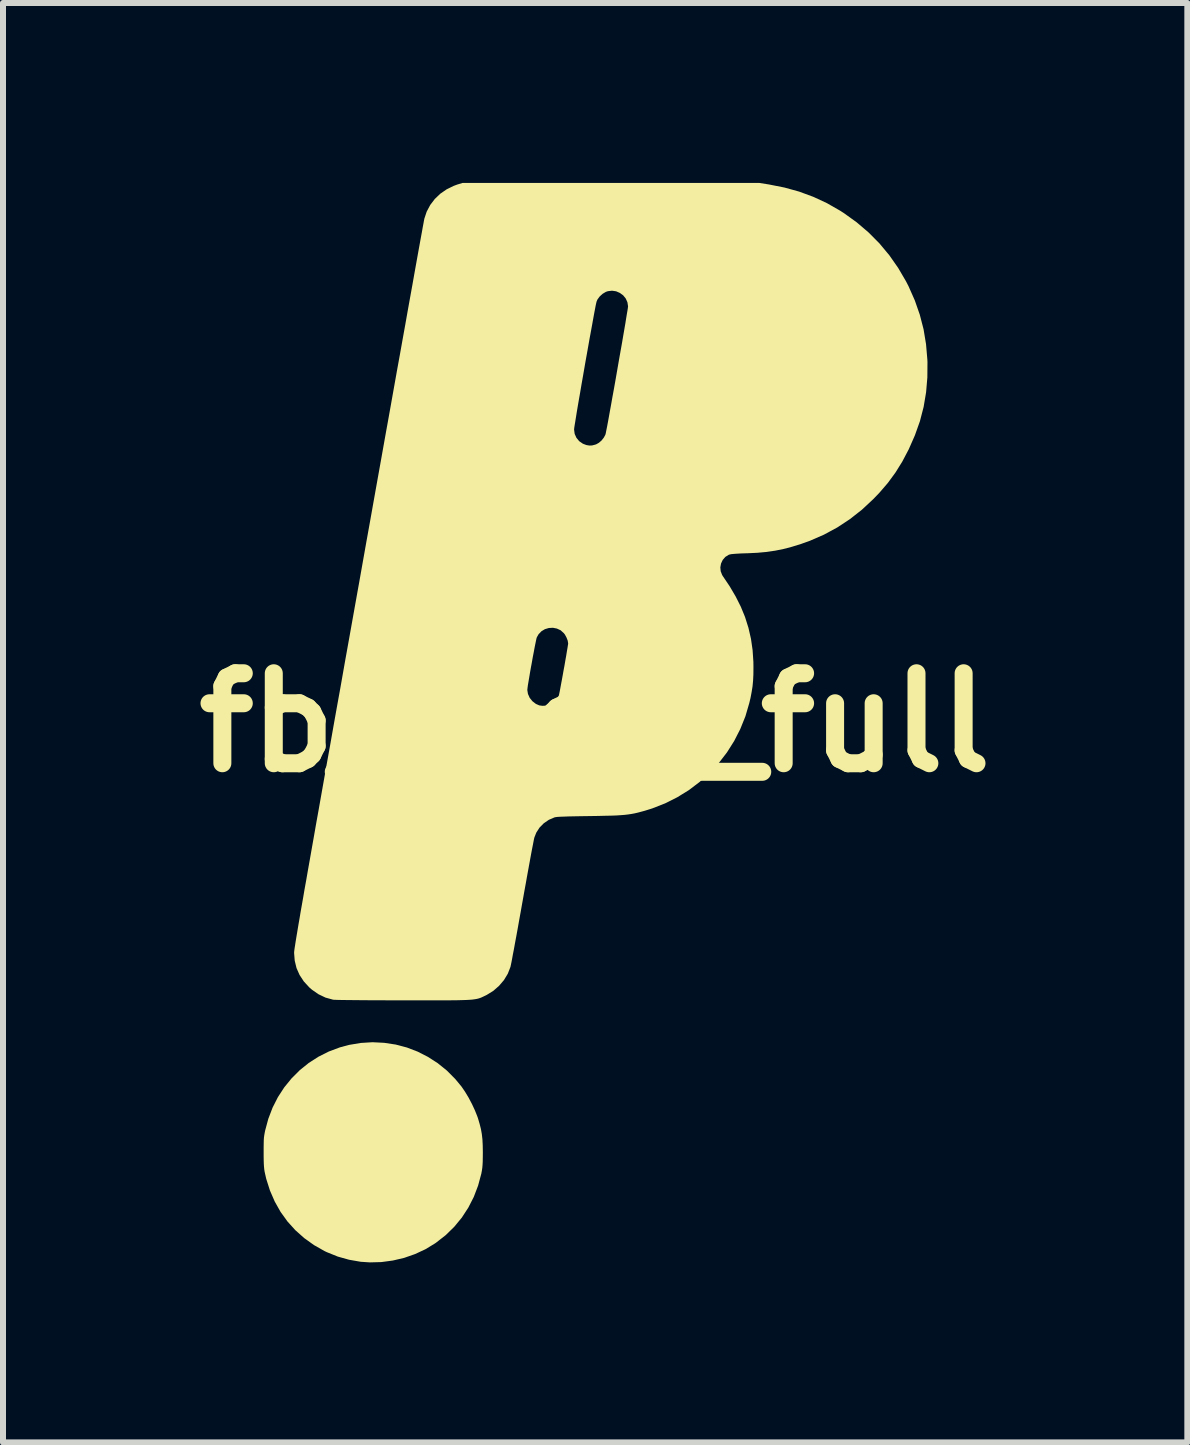
<source format=kicad_pcb>
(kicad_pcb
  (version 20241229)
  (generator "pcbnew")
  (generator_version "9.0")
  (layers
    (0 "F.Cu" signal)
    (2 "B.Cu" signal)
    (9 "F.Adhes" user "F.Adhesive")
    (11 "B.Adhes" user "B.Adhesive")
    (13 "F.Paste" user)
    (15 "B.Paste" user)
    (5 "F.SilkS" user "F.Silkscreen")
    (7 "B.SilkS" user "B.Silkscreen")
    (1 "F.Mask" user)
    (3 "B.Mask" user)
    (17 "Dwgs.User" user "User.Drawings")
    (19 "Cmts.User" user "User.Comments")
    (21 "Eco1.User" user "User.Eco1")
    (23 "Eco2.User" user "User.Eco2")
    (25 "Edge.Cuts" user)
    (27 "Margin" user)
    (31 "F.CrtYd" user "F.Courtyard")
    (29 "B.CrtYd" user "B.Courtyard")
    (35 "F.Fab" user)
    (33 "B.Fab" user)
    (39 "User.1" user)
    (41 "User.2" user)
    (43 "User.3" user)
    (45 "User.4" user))
  (footprint "fb_logo_full"
    (layer "F.Cu")
    (at 6.871 8.995)
    (property "Reference" "fb_logo_full" (at 0 0 0) (layer "F.SilkS") (effects (font (size 1.5 1.5) (thickness 0.3))))
    (attr board_only exclude_from_pos_files exclude_from_bom)
    (fp_poly (pts (xy -3.516 5.339) (xy -3.324 5.368) (xy -3.138 5.417) (xy -2.958 5.486) (xy -2.786 5.574) (xy -2.623 5.679) (xy -2.471 5.802) (xy -2.331 5.943) (xy -2.227 6.069) (xy -2.169 6.154) (xy -2.11 6.252) (xy -2.054 6.358) (xy -2.005 6.463) (xy -1.965 6.563) (xy -1.954 6.594) (xy -1.926 6.689) (xy -1.904 6.775) (xy -1.889 6.86) (xy -1.879 6.948) (xy -1.874 7.046) (xy -1.872 7.159) (xy -1.872 7.173) (xy -1.873 7.257) (xy -1.874 7.323) (xy -1.877 7.376) (xy -1.881 7.422) (xy -1.887 7.464) (xy -1.895 7.507) (xy -1.897 7.519) (xy -1.951 7.719) (xy -2.023 7.908) (xy -2.114 8.086) (xy -2.222 8.252) (xy -2.348 8.405) (xy -2.491 8.545) (xy -2.65 8.669) (xy -2.665 8.68) (xy -2.827 8.779) (xy -3.001 8.86) (xy -3.184 8.924) (xy -3.372 8.968) (xy -3.564 8.994) (xy -3.756 8.999) (xy -3.908 8.989) (xy -4.102 8.955) (xy -4.291 8.902) (xy -4.474 8.828) (xy -4.512 8.81) (xy -4.688 8.71) (xy -4.85 8.594) (xy -4.998 8.462) (xy -5.129 8.317) (xy -5.244 8.157) (xy -5.341 7.985) (xy -5.421 7.801) (xy -5.483 7.606) (xy -5.501 7.527) (xy -5.51 7.486) (xy -5.516 7.448) (xy -5.52 7.407) (xy -5.523 7.36) (xy -5.525 7.302) (xy -5.526 7.23) (xy -5.526 7.168) (xy -5.526 7.084) (xy -5.525 7.017) (xy -5.524 6.964) (xy -5.521 6.92) (xy -5.516 6.881) (xy -5.509 6.842) (xy -5.501 6.801) (xy -5.448 6.605) (xy -5.377 6.419) (xy -5.288 6.244) (xy -5.182 6.081) (xy -5.06 5.931) (xy -4.925 5.796) (xy -4.775 5.675) (xy -4.613 5.571) (xy -4.44 5.484) (xy -4.256 5.415) (xy -4.104 5.374) (xy -3.907 5.341) (xy -3.71 5.329)) (stroke (width 0) (type solid)) (fill yes) (layer "F.SilkS"))
    (fp_poly (pts (xy 2.897 -8.97) (xy 3.155 -8.919) (xy 3.401 -8.851) (xy 3.637 -8.764) (xy 3.863 -8.659) (xy 4.082 -8.534) (xy 4.149 -8.491) (xy 4.36 -8.339) (xy 4.557 -8.171) (xy 4.739 -7.988) (xy 4.904 -7.79) (xy 5.052 -7.578) (xy 5.183 -7.354) (xy 5.225 -7.272) (xy 5.329 -7.037) (xy 5.412 -6.799) (xy 5.475 -6.556) (xy 5.516 -6.308) (xy 5.538 -6.051) (xy 5.54 -6.01) (xy 5.538 -5.753) (xy 5.517 -5.505) (xy 5.476 -5.262) (xy 5.414 -5.023) (xy 5.33 -4.787) (xy 5.226 -4.551) (xy 5.225 -4.55) (xy 5.12 -4.35) (xy 5.006 -4.167) (xy 4.88 -3.995) (xy 4.738 -3.83) (xy 4.638 -3.726) (xy 4.447 -3.548) (xy 4.247 -3.391) (xy 4.036 -3.252) (xy 3.814 -3.132) (xy 3.58 -3.03) (xy 3.428 -2.976) (xy 3.28 -2.93) (xy 3.139 -2.893) (xy 3 -2.865) (xy 2.857 -2.844) (xy 2.704 -2.83) (xy 2.537 -2.822) (xy 2.525 -2.822) (xy 2.434 -2.819) (xy 2.362 -2.815) (xy 2.308 -2.811) (xy 2.268 -2.807) (xy 2.241 -2.801) (xy 2.228 -2.797) (xy 2.17 -2.761) (xy 2.127 -2.711) (xy 2.099 -2.652) (xy 2.087 -2.588) (xy 2.093 -2.522) (xy 2.117 -2.46) (xy 2.13 -2.439) (xy 2.243 -2.271) (xy 2.343 -2.101) (xy 2.428 -1.932) (xy 2.495 -1.769) (xy 2.498 -1.762) (xy 2.556 -1.578) (xy 2.598 -1.395) (xy 2.625 -1.207) (xy 2.638 -1.01) (xy 2.639 -0.922) (xy 2.638 -0.803) (xy 2.633 -0.7) (xy 2.624 -0.604) (xy 2.609 -0.51) (xy 2.59 -0.41) (xy 2.569 -0.323) (xy 2.505 -0.104) (xy 2.42 0.107) (xy 2.318 0.307) (xy 2.198 0.497) (xy 2.061 0.675) (xy 1.909 0.84) (xy 1.742 0.99) (xy 1.563 1.126) (xy 1.37 1.245) (xy 1.167 1.347) (xy 0.953 1.431) (xy 0.829 1.47) (xy 0.766 1.487) (xy 0.71 1.502) (xy 0.657 1.514) (xy 0.604 1.524) (xy 0.55 1.532) (xy 0.491 1.539) (xy 0.426 1.544) (xy 0.351 1.549) (xy 0.264 1.552) (xy 0.163 1.554) (xy 0.045 1.557) (xy -0.092 1.559) (xy -0.093 1.559) (xy -0.23 1.561) (xy -0.346 1.563) (xy -0.443 1.565) (xy -0.521 1.568) (xy -0.582 1.57) (xy -0.628 1.573) (xy -0.659 1.577) (xy -0.675 1.58) (xy -0.771 1.621) (xy -0.856 1.679) (xy -0.927 1.751) (xy -0.981 1.835) (xy -1.013 1.916) (xy -1.018 1.936) (xy -1.026 1.977) (xy -1.037 2.035) (xy -1.052 2.11) (xy -1.069 2.201) (xy -1.088 2.305) (xy -1.109 2.42) (xy -1.132 2.546) (xy -1.156 2.681) (xy -1.182 2.823) (xy -1.208 2.97) (xy -1.213 2.997) (xy -1.239 3.144) (xy -1.265 3.287) (xy -1.289 3.423) (xy -1.312 3.55) (xy -1.334 3.667) (xy -1.353 3.773) (xy -1.371 3.865) (xy -1.385 3.943) (xy -1.397 4.004) (xy -1.406 4.047) (xy -1.411 4.07) (xy -1.411 4.072) (xy -1.456 4.187) (xy -1.52 4.293) (xy -1.602 4.389) (xy -1.698 4.473) (xy -1.808 4.541) (xy -1.839 4.556) (xy -1.864 4.568) (xy -1.887 4.579) (xy -1.909 4.588) (xy -1.932 4.596) (xy -1.956 4.603) (xy -1.984 4.609) (xy -2.017 4.614) (xy -2.055 4.619) (xy -2.101 4.622) (xy -2.156 4.625) (xy -2.221 4.627) (xy -2.297 4.629) (xy -2.386 4.63) (xy -2.489 4.631) (xy -2.608 4.631) (xy -2.744 4.631) (xy -2.898 4.631) (xy -3.071 4.631) (xy -3.207 4.631) (xy -3.363 4.631) (xy -3.513 4.63) (xy -3.656 4.63) (xy -3.79 4.629) (xy -3.914 4.628) (xy -4.026 4.627) (xy -4.126 4.626) (xy -4.21 4.625) (xy -4.278 4.624) (xy -4.328 4.622) (xy -4.359 4.621) (xy -4.368 4.62) (xy -4.495 4.585) (xy -4.612 4.529) (xy -4.72 4.454) (xy -4.764 4.416) (xy -4.856 4.316) (xy -4.927 4.208) (xy -4.978 4.093) (xy -5.008 3.969) (xy -5.018 3.843) (xy -5.018 3.833) (xy -5.017 3.819) (xy -5.015 3.801) (xy -5.012 3.778) (xy -5.008 3.749) (xy -5.002 3.714) (xy -4.996 3.672) (xy -4.988 3.624) (xy -4.979 3.567) (xy -4.968 3.503) (xy -4.956 3.429) (xy -4.942 3.347) (xy -4.926 3.255) (xy -4.909 3.153) (xy -4.889 3.04) (xy -4.867 2.915) (xy -4.844 2.779) (xy -4.817 2.631) (xy -4.789 2.469) (xy -4.758 2.295) (xy -4.725 2.107) (xy -4.689 1.904) (xy -4.651 1.686) (xy -4.609 1.453) (xy -4.565 1.204) (xy -4.518 0.939) (xy -4.468 0.657) (xy -4.414 0.357) (xy -4.358 0.039) (xy -4.298 -0.297) (xy -4.253 -0.545) (xy -1.131 -0.545) (xy -1.12 -0.477) (xy -1.091 -0.412) (xy -1.046 -0.356) (xy -0.988 -0.311) (xy -0.931 -0.286) (xy -0.88 -0.279) (xy -0.82 -0.282) (xy -0.763 -0.296) (xy -0.738 -0.306) (xy -0.697 -0.334) (xy -0.656 -0.373) (xy -0.623 -0.416) (xy -0.604 -0.454) (xy -0.6 -0.474) (xy -0.592 -0.511) (xy -0.582 -0.564) (xy -0.57 -0.63) (xy -0.556 -0.704) (xy -0.541 -0.786) (xy -0.526 -0.871) (xy -0.51 -0.956) (xy -0.496 -1.039) (xy -0.482 -1.117) (xy -0.471 -1.186) (xy -0.461 -1.244) (xy -0.454 -1.288) (xy -0.45 -1.314) (xy -0.45 -1.32) (xy -0.457 -1.365) (xy -0.477 -1.417) (xy -0.504 -1.467) (xy -0.522 -1.49) (xy -0.575 -1.538) (xy -0.638 -1.567) (xy -0.704 -1.58) (xy -0.772 -1.576) (xy -0.837 -1.557) (xy -0.895 -1.522) (xy -0.943 -1.472) (xy -0.972 -1.421) (xy -0.978 -1.402) (xy -0.986 -1.364) (xy -0.997 -1.311) (xy -1.01 -1.246) (xy -1.024 -1.17) (xy -1.04 -1.088) (xy -1.055 -1.002) (xy -1.071 -0.916) (xy -1.086 -0.831) (xy -1.099 -0.753) (xy -1.111 -0.682) (xy -1.121 -0.623) (xy -1.127 -0.578) (xy -1.13 -0.55) (xy -1.131 -0.545) (xy -4.253 -0.545) (xy -4.234 -0.652) (xy -4.168 -1.027) (xy -4.097 -1.422) (xy -4.023 -1.837) (xy -3.945 -2.273) (xy -3.941 -2.294) (xy -3.877 -2.655) (xy -3.814 -3.01) (xy -3.751 -3.36) (xy -3.69 -3.703) (xy -3.63 -4.039) (xy -3.571 -4.368) (xy -3.514 -4.688) (xy -3.479 -4.884) (xy -0.351 -4.884) (xy -0.341 -4.811) (xy -0.311 -4.745) (xy -0.265 -4.69) (xy -0.204 -4.648) (xy -0.146 -4.626) (xy -0.098 -4.618) (xy -0.053 -4.619) (xy -0.002 -4.632) (xy 0.019 -4.639) (xy 0.063 -4.664) (xy 0.107 -4.702) (xy 0.144 -4.749) (xy 0.17 -4.797) (xy 0.174 -4.81) (xy 0.179 -4.832) (xy 0.187 -4.874) (xy 0.199 -4.933) (xy 0.213 -5.007) (xy 0.229 -5.096) (xy 0.247 -5.196) (xy 0.267 -5.306) (xy 0.288 -5.425) (xy 0.311 -5.55) (xy 0.334 -5.679) (xy 0.357 -5.811) (xy 0.38 -5.944) (xy 0.403 -6.076) (xy 0.426 -6.205) (xy 0.448 -6.329) (xy 0.468 -6.447) (xy 0.487 -6.557) (xy 0.504 -6.656) (xy 0.518 -6.744) (xy 0.53 -6.817) (xy 0.54 -6.875) (xy 0.546 -6.915) (xy 0.548 -6.936) (xy 0.549 -6.937) (xy 0.538 -7.007) (xy 0.51 -7.069) (xy 0.467 -7.122) (xy 0.412 -7.162) (xy 0.35 -7.189) (xy 0.282 -7.199) (xy 0.213 -7.191) (xy 0.178 -7.179) (xy 0.123 -7.146) (xy 0.075 -7.102) (xy 0.038 -7.051) (xy 0.024 -7.018) (xy 0.019 -6.997) (xy 0.01 -6.957) (xy -0.001 -6.899) (xy -0.015 -6.826) (xy -0.031 -6.738) (xy -0.049 -6.638) (xy -0.069 -6.528) (xy -0.091 -6.41) (xy -0.113 -6.285) (xy -0.136 -6.155) (xy -0.16 -6.022) (xy -0.183 -5.889) (xy -0.206 -5.756) (xy -0.229 -5.626) (xy -0.25 -5.501) (xy -0.271 -5.382) (xy -0.29 -5.271) (xy -0.307 -5.17) (xy -0.321 -5.082) (xy -0.333 -5.007) (xy -0.343 -4.948) (xy -0.349 -4.907) (xy -0.351 -4.885) (xy -0.351 -4.884) (xy -3.479 -4.884) (xy -3.458 -4.999) (xy -3.404 -5.301) (xy -3.352 -5.593) (xy -3.302 -5.874) (xy -3.253 -6.143) (xy -3.207 -6.401) (xy -3.163 -6.645) (xy -3.122 -6.877) (xy -3.083 -7.094) (xy -3.046 -7.298) (xy -3.013 -7.485) (xy -2.982 -7.658) (xy -2.954 -7.814) (xy -2.929 -7.952) (xy -2.907 -8.074) (xy -2.888 -8.177) (xy -2.873 -8.261) (xy -2.861 -8.325) (xy -2.853 -8.37) (xy -2.848 -8.394) (xy -2.848 -8.397) (xy -2.808 -8.517) (xy -2.749 -8.628) (xy -2.673 -8.728) (xy -2.581 -8.816) (xy -2.475 -8.889) (xy -2.357 -8.947) (xy -2.294 -8.97) (xy -2.212 -8.995) (xy 0.263 -8.995) (xy 2.739 -8.995)) (stroke (width 0) (type solid)) (fill yes) (layer "F.SilkS")))
  (gr_rect
    (start -3 -3)
    (end 16.743 20.995)
    (stroke (width 0.1) (type default))
    (fill no)
    (layer "Edge.Cuts")))
</source>
